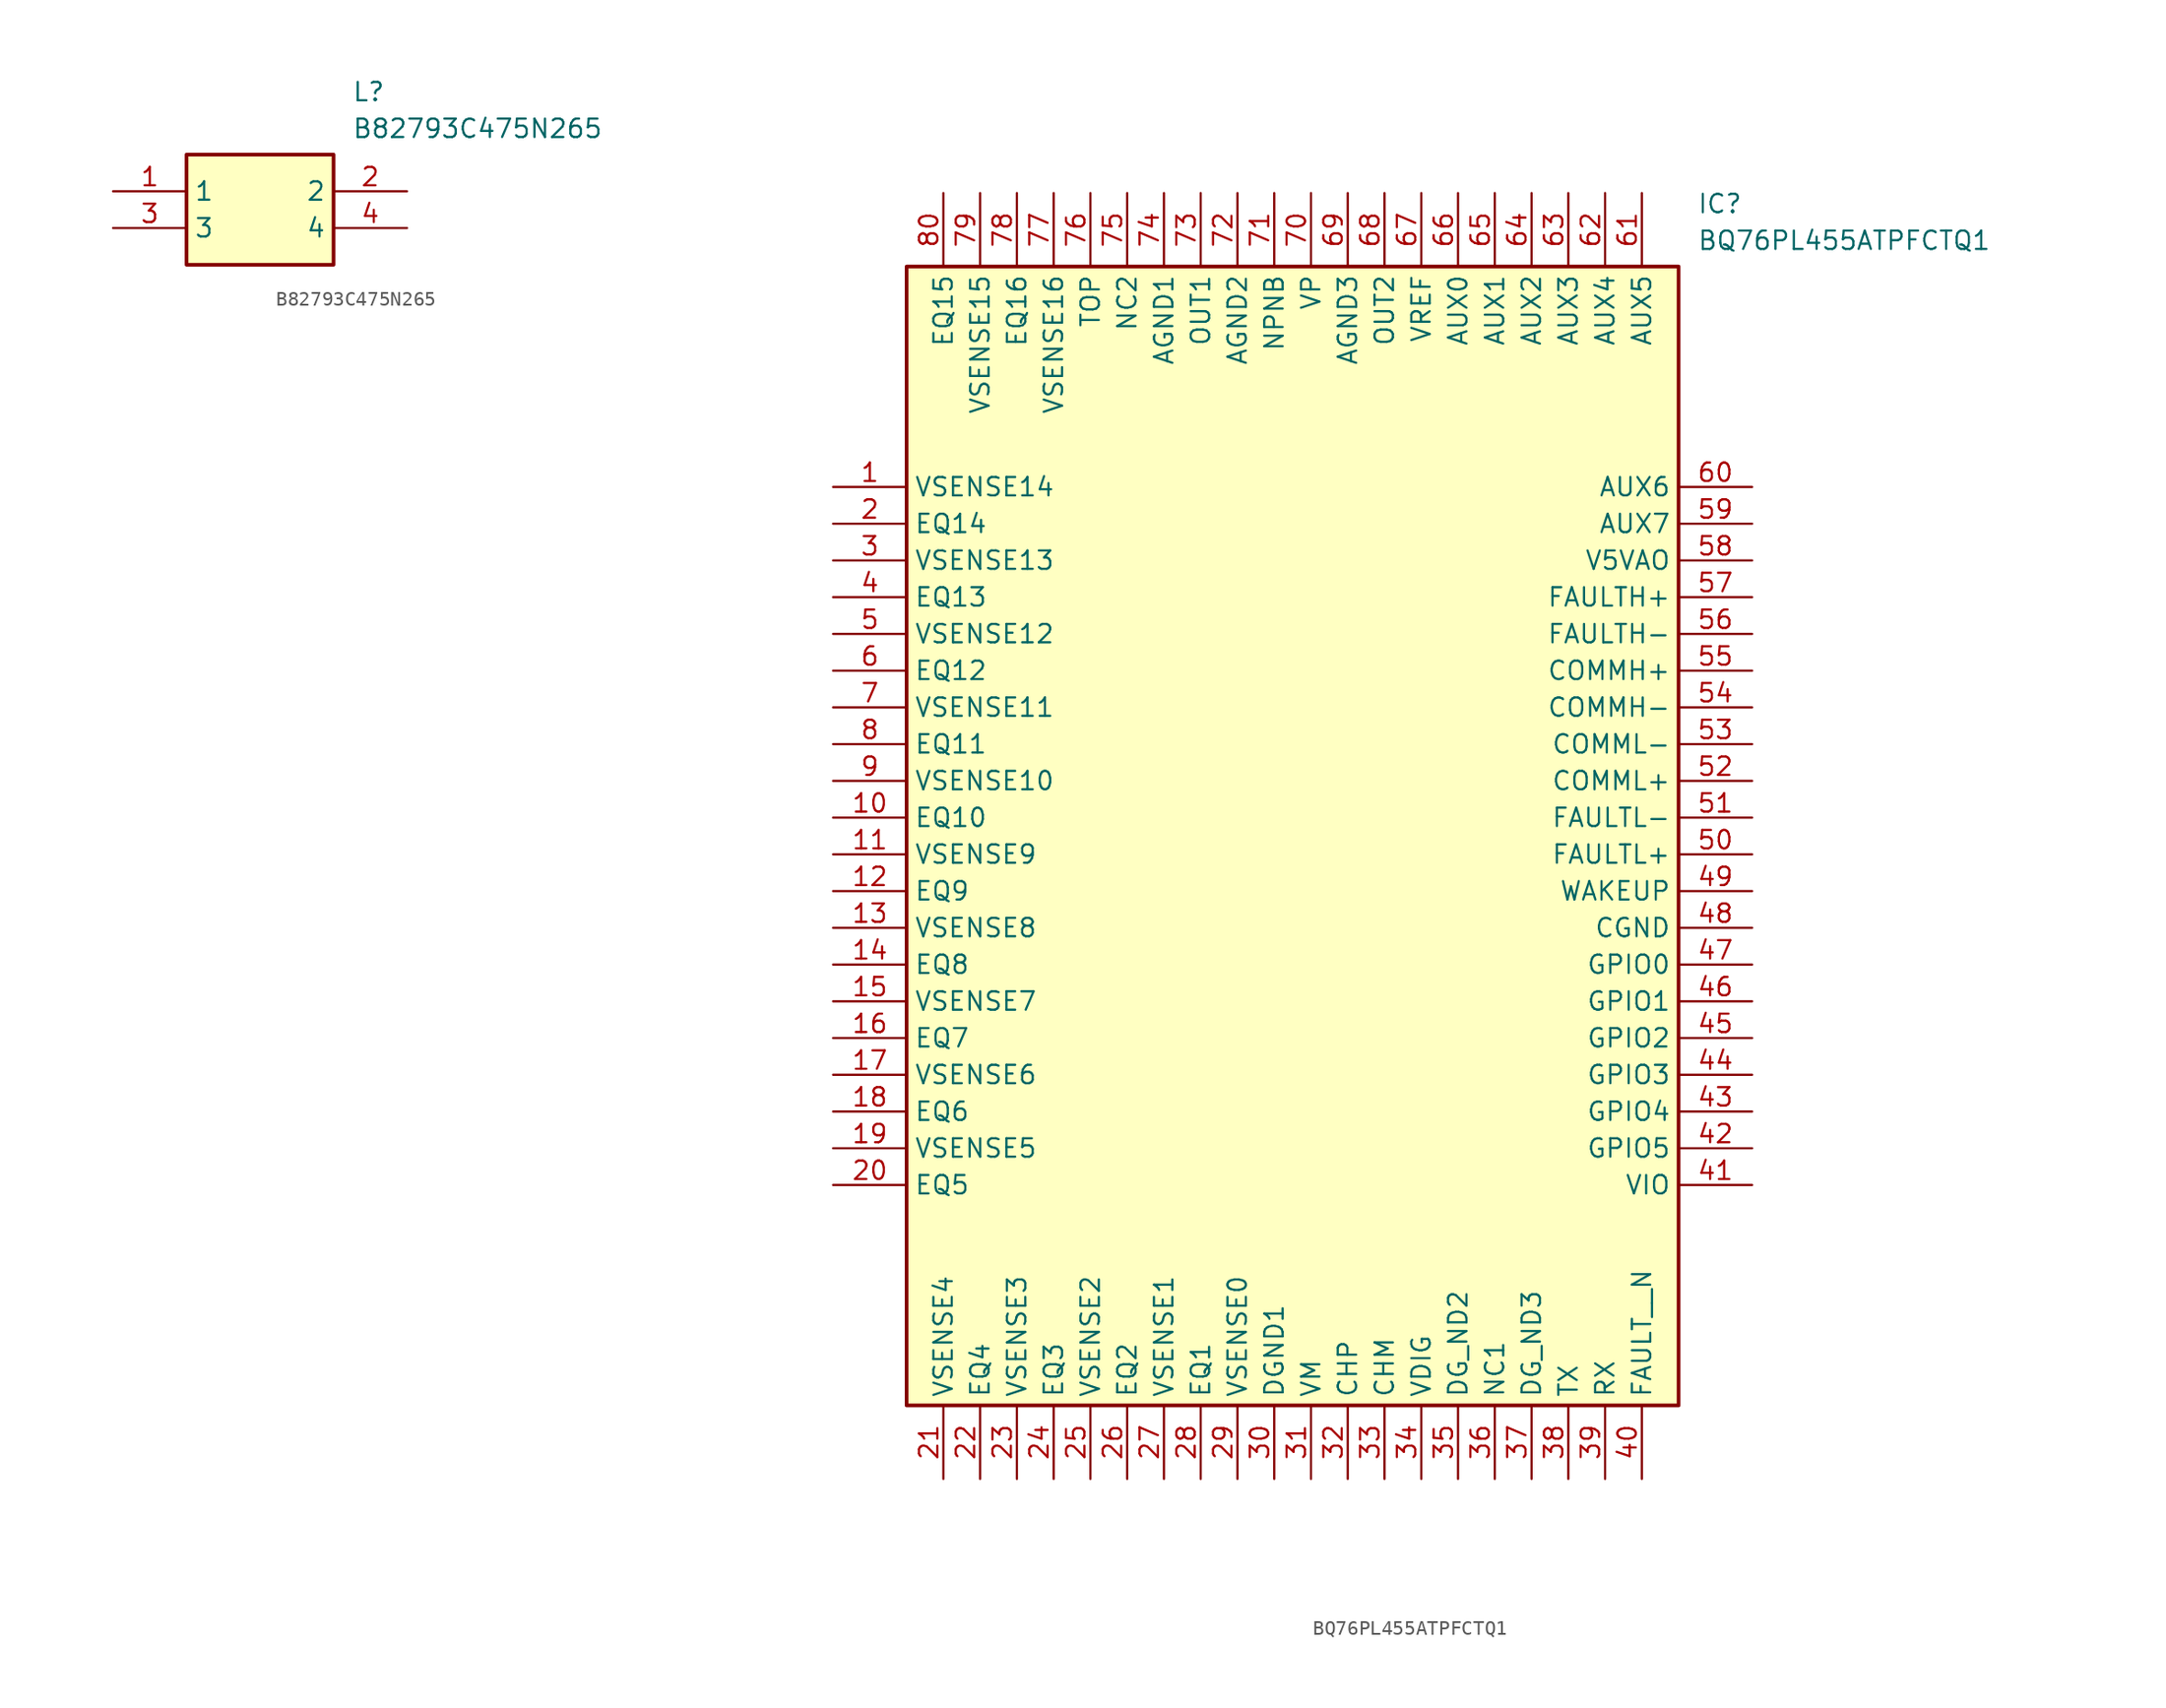
<source format=kicad_sym>
(kicad_symbol_lib
  (version 20220914)
  (generator kicad_symbol_editor)
  (symbol "B82793C475N265"
    (property "Reference" "L"
      (at 16.51 7.62 0)
      (effects (font (size 1.27 1.27)) (justify left top)))
    (property "Value" "B82793C475N265"
      (at 16.51 5.08 0)
      (effects (font (size 1.27 1.27)) (justify left top)))
    (symbol "B82793C475N265_1_1"
      (rectangle (start 5.08 2.54) (end 15.24 -5.08) (stroke (width 0.254) (type default)) (fill (type background)))
      (pin passive line (at 0 0 0) (length 5.08) (name "1" (effects (font (size 1.27 1.27)))) (number "1" (effects (font (size 1.27 1.27)))))
      (pin passive line (at 20.32 0 180) (length 5.08) (name "2" (effects (font (size 1.27 1.27)))) (number "2" (effects (font (size 1.27 1.27)))))
      (pin passive line (at 0 -2.54 0) (length 5.08) (name "3" (effects (font (size 1.27 1.27)))) (number "3" (effects (font (size 1.27 1.27)))))
      (pin passive line (at 20.32 -2.54 180) (length 5.08) (name "4" (effects (font (size 1.27 1.27)))) (number "4" (effects (font (size 1.27 1.27)))))))
  (symbol "BQ76PL455ATPFCTQ1"
    (property "Reference" "IC"
      (at 59.69 20.32 0)
      (effects (font (size 1.27 1.27)) (justify left top)))
    (property "Value" "BQ76PL455ATPFCTQ1"
      (at 59.69 17.78 0)
      (effects (font (size 1.27 1.27)) (justify left top)))
    (symbol "BQ76PL455ATPFCTQ1_1_1"
      (rectangle (start 5.08 15.24) (end 58.42 -63.5) (stroke (width 0.254) (type default)) (fill (type background)))
      (pin passive line (at 0 0 0) (length 5.08) (name "VSENSE14" (effects (font (size 1.27 1.27)))) (number "1" (effects (font (size 1.27 1.27)))))
      (pin passive line (at 0 -22.86 0) (length 5.08) (name "EQ10" (effects (font (size 1.27 1.27)))) (number "10" (effects (font (size 1.27 1.27)))))
      (pin passive line (at 0 -25.4 0) (length 5.08) (name "VSENSE9" (effects (font (size 1.27 1.27)))) (number "11" (effects (font (size 1.27 1.27)))))
      (pin passive line (at 0 -27.94 0) (length 5.08) (name "EQ9" (effects (font (size 1.27 1.27)))) (number "12" (effects (font (size 1.27 1.27)))))
      (pin passive line (at 0 -30.48 0) (length 5.08) (name "VSENSE8" (effects (font (size 1.27 1.27)))) (number "13" (effects (font (size 1.27 1.27)))))
      (pin passive line (at 0 -33.02 0) (length 5.08) (name "EQ8" (effects (font (size 1.27 1.27)))) (number "14" (effects (font (size 1.27 1.27)))))
      (pin passive line (at 0 -35.56 0) (length 5.08) (name "VSENSE7" (effects (font (size 1.27 1.27)))) (number "15" (effects (font (size 1.27 1.27)))))
      (pin passive line (at 0 -38.1 0) (length 5.08) (name "EQ7" (effects (font (size 1.27 1.27)))) (number "16" (effects (font (size 1.27 1.27)))))
      (pin passive line (at 0 -40.64 0) (length 5.08) (name "VSENSE6" (effects (font (size 1.27 1.27)))) (number "17" (effects (font (size 1.27 1.27)))))
      (pin passive line (at 0 -43.18 0) (length 5.08) (name "EQ6" (effects (font (size 1.27 1.27)))) (number "18" (effects (font (size 1.27 1.27)))))
      (pin passive line (at 0 -45.72 0) (length 5.08) (name "VSENSE5" (effects (font (size 1.27 1.27)))) (number "19" (effects (font (size 1.27 1.27)))))
      (pin passive line (at 0 -2.54 0) (length 5.08) (name "EQ14" (effects (font (size 1.27 1.27)))) (number "2" (effects (font (size 1.27 1.27)))))
      (pin passive line (at 0 -48.26 0) (length 5.08) (name "EQ5" (effects (font (size 1.27 1.27)))) (number "20" (effects (font (size 1.27 1.27)))))
      (pin passive line (at 7.62 -68.58 90) (length 5.08) (name "VSENSE4" (effects (font (size 1.27 1.27)))) (number "21" (effects (font (size 1.27 1.27)))))
      (pin passive line (at 10.16 -68.58 90) (length 5.08) (name "EQ4" (effects (font (size 1.27 1.27)))) (number "22" (effects (font (size 1.27 1.27)))))
      (pin passive line (at 12.7 -68.58 90) (length 5.08) (name "VSENSE3" (effects (font (size 1.27 1.27)))) (number "23" (effects (font (size 1.27 1.27)))))
      (pin passive line (at 15.24 -68.58 90) (length 5.08) (name "EQ3" (effects (font (size 1.27 1.27)))) (number "24" (effects (font (size 1.27 1.27)))))
      (pin passive line (at 17.78 -68.58 90) (length 5.08) (name "VSENSE2" (effects (font (size 1.27 1.27)))) (number "25" (effects (font (size 1.27 1.27)))))
      (pin passive line (at 20.32 -68.58 90) (length 5.08) (name "EQ2" (effects (font (size 1.27 1.27)))) (number "26" (effects (font (size 1.27 1.27)))))
      (pin passive line (at 22.86 -68.58 90) (length 5.08) (name "VSENSE1" (effects (font (size 1.27 1.27)))) (number "27" (effects (font (size 1.27 1.27)))))
      (pin passive line (at 25.4 -68.58 90) (length 5.08) (name "EQ1" (effects (font (size 1.27 1.27)))) (number "28" (effects (font (size 1.27 1.27)))))
      (pin passive line (at 27.94 -68.58 90) (length 5.08) (name "VSENSE0" (effects (font (size 1.27 1.27)))) (number "29" (effects (font (size 1.27 1.27)))))
      (pin passive line (at 0 -5.08 0) (length 5.08) (name "VSENSE13" (effects (font (size 1.27 1.27)))) (number "3" (effects (font (size 1.27 1.27)))))
      (pin power_in line (at 30.48 -68.58 90) (length 5.08) (name "DGND1" (effects (font (size 1.27 1.27)))) (number "30" (effects (font (size 1.27 1.27)))))
      (pin passive line (at 33.02 -68.58 90) (length 5.08) (name "VM" (effects (font (size 1.27 1.27)))) (number "31" (effects (font (size 1.27 1.27)))))
      (pin passive line (at 35.56 -68.58 90) (length 5.08) (name "CHP" (effects (font (size 1.27 1.27)))) (number "32" (effects (font (size 1.27 1.27)))))
      (pin passive line (at 38.1 -68.58 90) (length 5.08) (name "CHM" (effects (font (size 1.27 1.27)))) (number "33" (effects (font (size 1.27 1.27)))))
      (pin passive line (at 40.64 -68.58 90) (length 5.08) (name "VDIG" (effects (font (size 1.27 1.27)))) (number "34" (effects (font (size 1.27 1.27)))))
      (pin passive line (at 43.18 -68.58 90) (length 5.08) (name "DG_ND2" (effects (font (size 1.27 1.27)))) (number "35" (effects (font (size 1.27 1.27)))))
      (pin passive line (at 45.72 -68.58 90) (length 5.08) (name "NC1" (effects (font (size 1.27 1.27)))) (number "36" (effects (font (size 1.27 1.27)))))
      (pin passive line (at 48.26 -68.58 90) (length 5.08) (name "DG_ND3" (effects (font (size 1.27 1.27)))) (number "37" (effects (font (size 1.27 1.27)))))
      (pin passive line (at 50.8 -68.58 90) (length 5.08) (name "TX" (effects (font (size 1.27 1.27)))) (number "38" (effects (font (size 1.27 1.27)))))
      (pin passive line (at 53.34 -68.58 90) (length 5.08) (name "RX" (effects (font (size 1.27 1.27)))) (number "39" (effects (font (size 1.27 1.27)))))
      (pin passive line (at 0 -7.62 0) (length 5.08) (name "EQ13" (effects (font (size 1.27 1.27)))) (number "4" (effects (font (size 1.27 1.27)))))
      (pin passive line (at 55.88 -68.58 90) (length 5.08) (name "FAULT__N" (effects (font (size 1.27 1.27)))) (number "40" (effects (font (size 1.27 1.27)))))
      (pin bidirectional line (at 63.5 -48.26 180) (length 5.08) (name "VIO" (effects (font (size 1.27 1.27)))) (number "41" (effects (font (size 1.27 1.27)))))
      (pin bidirectional line (at 63.5 -45.72 180) (length 5.08) (name "GPIO5" (effects (font (size 1.27 1.27)))) (number "42" (effects (font (size 1.27 1.27)))))
      (pin bidirectional line (at 63.5 -43.18 180) (length 5.08) (name "GPIO4" (effects (font (size 1.27 1.27)))) (number "43" (effects (font (size 1.27 1.27)))))
      (pin bidirectional line (at 63.5 -40.64 180) (length 5.08) (name "GPIO3" (effects (font (size 1.27 1.27)))) (number "44" (effects (font (size 1.27 1.27)))))
      (pin bidirectional line (at 63.5 -38.1 180) (length 5.08) (name "GPIO2" (effects (font (size 1.27 1.27)))) (number "45" (effects (font (size 1.27 1.27)))))
      (pin bidirectional line (at 63.5 -35.56 180) (length 5.08) (name "GPIO1" (effects (font (size 1.27 1.27)))) (number "46" (effects (font (size 1.27 1.27)))))
      (pin bidirectional line (at 63.5 -33.02 180) (length 5.08) (name "GPIO0" (effects (font (size 1.27 1.27)))) (number "47" (effects (font (size 1.27 1.27)))))
      (pin power_in line (at 63.5 -30.48 180) (length 5.08) (name "CGND" (effects (font (size 1.27 1.27)))) (number "48" (effects (font (size 1.27 1.27)))))
      (pin passive line (at 63.5 -27.94 180) (length 5.08) (name "WAKEUP" (effects (font (size 1.27 1.27)))) (number "49" (effects (font (size 1.27 1.27)))))
      (pin passive line (at 0 -10.16 0) (length 5.08) (name "VSENSE12" (effects (font (size 1.27 1.27)))) (number "5" (effects (font (size 1.27 1.27)))))
      (pin passive line (at 63.5 -25.4 180) (length 5.08) (name "FAULTL+" (effects (font (size 1.27 1.27)))) (number "50" (effects (font (size 1.27 1.27)))))
      (pin passive line (at 63.5 -22.86 180) (length 5.08) (name "FAULTL-" (effects (font (size 1.27 1.27)))) (number "51" (effects (font (size 1.27 1.27)))))
      (pin passive line (at 63.5 -20.32 180) (length 5.08) (name "COMML+" (effects (font (size 1.27 1.27)))) (number "52" (effects (font (size 1.27 1.27)))))
      (pin passive line (at 63.5 -17.78 180) (length 5.08) (name "COMML-" (effects (font (size 1.27 1.27)))) (number "53" (effects (font (size 1.27 1.27)))))
      (pin passive line (at 63.5 -15.24 180) (length 5.08) (name "COMMH-" (effects (font (size 1.27 1.27)))) (number "54" (effects (font (size 1.27 1.27)))))
      (pin passive line (at 63.5 -12.7 180) (length 5.08) (name "COMMH+" (effects (font (size 1.27 1.27)))) (number "55" (effects (font (size 1.27 1.27)))))
      (pin passive line (at 63.5 -10.16 180) (length 5.08) (name "FAULTH-" (effects (font (size 1.27 1.27)))) (number "56" (effects (font (size 1.27 1.27)))))
      (pin passive line (at 63.5 -7.62 180) (length 5.08) (name "FAULTH+" (effects (font (size 1.27 1.27)))) (number "57" (effects (font (size 1.27 1.27)))))
      (pin passive line (at 63.5 -5.08 180) (length 5.08) (name "V5VAO" (effects (font (size 1.27 1.27)))) (number "58" (effects (font (size 1.27 1.27)))))
      (pin passive line (at 63.5 -2.54 180) (length 5.08) (name "AUX7" (effects (font (size 1.27 1.27)))) (number "59" (effects (font (size 1.27 1.27)))))
      (pin passive line (at 0 -12.7 0) (length 5.08) (name "EQ12" (effects (font (size 1.27 1.27)))) (number "6" (effects (font (size 1.27 1.27)))))
      (pin passive line (at 63.5 0 180) (length 5.08) (name "AUX6" (effects (font (size 1.27 1.27)))) (number "60" (effects (font (size 1.27 1.27)))))
      (pin passive line (at 55.88 20.32 270) (length 5.08) (name "AUX5" (effects (font (size 1.27 1.27)))) (number "61" (effects (font (size 1.27 1.27)))))
      (pin passive line (at 53.34 20.32 270) (length 5.08) (name "AUX4" (effects (font (size 1.27 1.27)))) (number "62" (effects (font (size 1.27 1.27)))))
      (pin passive line (at 50.8 20.32 270) (length 5.08) (name "AUX3" (effects (font (size 1.27 1.27)))) (number "63" (effects (font (size 1.27 1.27)))))
      (pin passive line (at 48.26 20.32 270) (length 5.08) (name "AUX2" (effects (font (size 1.27 1.27)))) (number "64" (effects (font (size 1.27 1.27)))))
      (pin passive line (at 45.72 20.32 270) (length 5.08) (name "AUX1" (effects (font (size 1.27 1.27)))) (number "65" (effects (font (size 1.27 1.27)))))
      (pin passive line (at 43.18 20.32 270) (length 5.08) (name "AUX0" (effects (font (size 1.27 1.27)))) (number "66" (effects (font (size 1.27 1.27)))))
      (pin input line (at 40.64 20.32 270) (length 5.08) (name "VREF" (effects (font (size 1.27 1.27)))) (number "67" (effects (font (size 1.27 1.27)))))
      (pin output line (at 38.1 20.32 270) (length 5.08) (name "OUT2" (effects (font (size 1.27 1.27)))) (number "68" (effects (font (size 1.27 1.27)))))
      (pin power_in line (at 35.56 20.32 270) (length 5.08) (name "AGND3" (effects (font (size 1.27 1.27)))) (number "69" (effects (font (size 1.27 1.27)))))
      (pin passive line (at 0 -15.24 0) (length 5.08) (name "VSENSE11" (effects (font (size 1.27 1.27)))) (number "7" (effects (font (size 1.27 1.27)))))
      (pin passive line (at 33.02 20.32 270) (length 5.08) (name "VP" (effects (font (size 1.27 1.27)))) (number "70" (effects (font (size 1.27 1.27)))))
      (pin passive line (at 30.48 20.32 270) (length 5.08) (name "NPNB" (effects (font (size 1.27 1.27)))) (number "71" (effects (font (size 1.27 1.27)))))
      (pin power_in line (at 27.94 20.32 270) (length 5.08) (name "AGND2" (effects (font (size 1.27 1.27)))) (number "72" (effects (font (size 1.27 1.27)))))
      (pin output line (at 25.4 20.32 270) (length 5.08) (name "OUT1" (effects (font (size 1.27 1.27)))) (number "73" (effects (font (size 1.27 1.27)))))
      (pin power_in line (at 22.86 20.32 270) (length 5.08) (name "AGND1" (effects (font (size 1.27 1.27)))) (number "74" (effects (font (size 1.27 1.27)))))
      (pin passive line (at 20.32 20.32 270) (length 5.08) (name "NC2" (effects (font (size 1.27 1.27)))) (number "75" (effects (font (size 1.27 1.27)))))
      (pin passive line (at 17.78 20.32 270) (length 5.08) (name "TOP" (effects (font (size 1.27 1.27)))) (number "76" (effects (font (size 1.27 1.27)))))
      (pin passive line (at 15.24 20.32 270) (length 5.08) (name "VSENSE16" (effects (font (size 1.27 1.27)))) (number "77" (effects (font (size 1.27 1.27)))))
      (pin passive line (at 12.7 20.32 270) (length 5.08) (name "EQ16" (effects (font (size 1.27 1.27)))) (number "78" (effects (font (size 1.27 1.27)))))
      (pin passive line (at 10.16 20.32 270) (length 5.08) (name "VSENSE15" (effects (font (size 1.27 1.27)))) (number "79" (effects (font (size 1.27 1.27)))))
      (pin passive line (at 0 -17.78 0) (length 5.08) (name "EQ11" (effects (font (size 1.27 1.27)))) (number "8" (effects (font (size 1.27 1.27)))))
      (pin passive line (at 7.62 20.32 270) (length 5.08) (name "EQ15" (effects (font (size 1.27 1.27)))) (number "80" (effects (font (size 1.27 1.27)))))
      (pin passive line (at 0 -20.32 0) (length 5.08) (name "VSENSE10" (effects (font (size 1.27 1.27)))) (number "9" (effects (font (size 1.27 1.27))))))))
</source>
